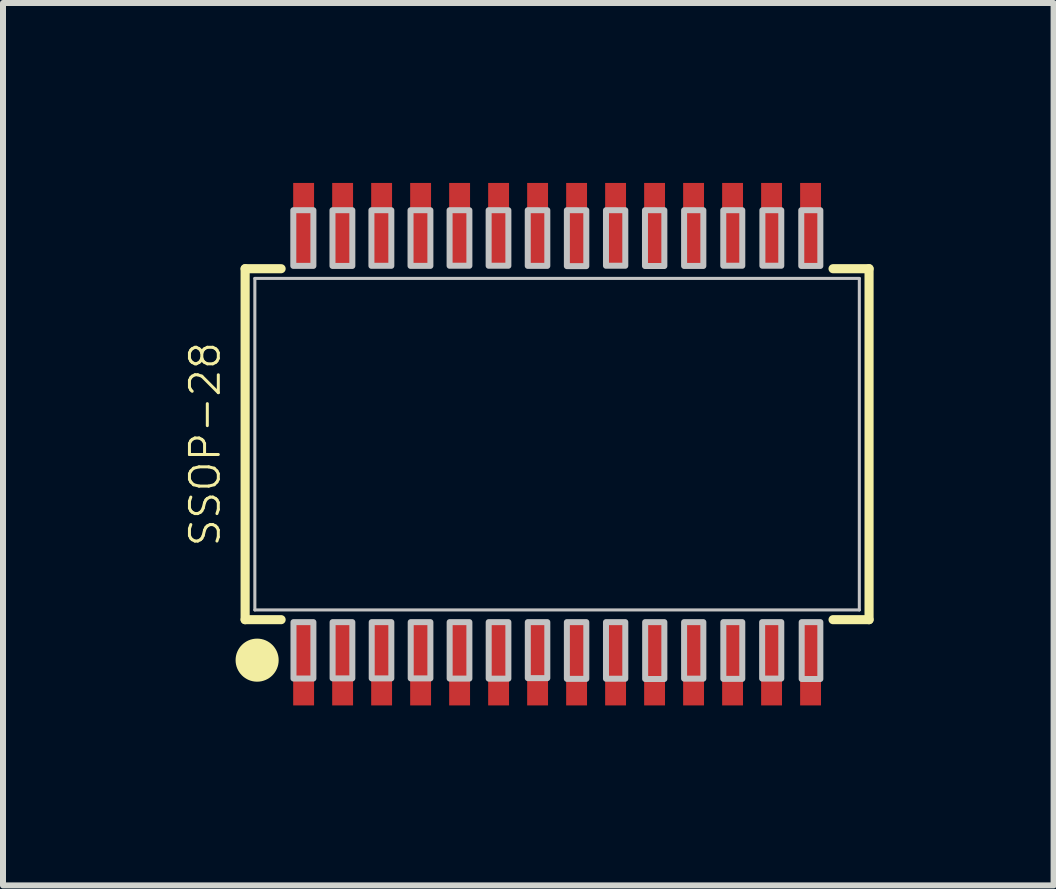
<source format=kicad_pcb>
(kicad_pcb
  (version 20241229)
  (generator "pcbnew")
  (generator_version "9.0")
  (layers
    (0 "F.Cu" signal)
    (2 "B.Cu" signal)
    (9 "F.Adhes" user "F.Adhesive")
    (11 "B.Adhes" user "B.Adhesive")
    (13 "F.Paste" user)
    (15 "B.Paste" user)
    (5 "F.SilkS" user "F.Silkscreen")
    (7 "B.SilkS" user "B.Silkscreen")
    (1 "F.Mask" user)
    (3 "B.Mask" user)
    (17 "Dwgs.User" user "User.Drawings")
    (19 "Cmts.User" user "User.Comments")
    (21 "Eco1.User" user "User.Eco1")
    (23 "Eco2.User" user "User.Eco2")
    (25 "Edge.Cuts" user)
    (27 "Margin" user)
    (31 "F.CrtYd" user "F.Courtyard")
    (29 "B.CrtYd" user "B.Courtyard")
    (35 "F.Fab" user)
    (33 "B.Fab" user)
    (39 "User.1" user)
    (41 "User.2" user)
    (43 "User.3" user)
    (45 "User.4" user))
  (footprint "SSOP-28"
    (layer "F.Cu")
    (at 6.236 4.354)
    (property "Reference" "SSOP-28" (at -5.867 0 90) (layer "F.SilkS") (effects (font (size 0.481 0.481) (thickness 0.05))))
    (attr smd)
    (fp_line (start -5.2 -2.925) (end -4.6 -2.925) (stroke (width 0.152) (type solid)) (layer "F.SilkS"))
    (fp_line (start -5.2 2.925) (end -5.2 -2.925) (stroke (width 0.152) (type solid)) (layer "F.SilkS"))
    (fp_line (start -5.2 2.925) (end -4.6 2.925) (stroke (width 0.152) (type solid)) (layer "F.SilkS"))
    (fp_line (start 5.2 -2.925) (end 4.6 -2.925) (stroke (width 0.152) (type solid)) (layer "F.SilkS"))
    (fp_line (start 5.2 -2.925) (end 5.2 2.925) (stroke (width 0.152) (type solid)) (layer "F.SilkS"))
    (fp_line (start 5.2 2.925) (end 4.6 2.925) (stroke (width 0.152) (type solid)) (layer "F.SilkS"))
    (fp_circle (center -5 3.6) (end -4.641 3.6) (stroke (width 0) (type solid)) (fill yes) (layer "F.SilkS"))
    (fp_line (start -5.038 -2.763) (end 5.038 -2.763) (stroke (width 0.051) (type solid)) (layer "Dwgs.User"))
    (fp_line (start -5.038 2.763) (end -5.038 -2.763) (stroke (width 0.051) (type solid)) (layer "Dwgs.User"))
    (fp_line (start 5.038 -2.763) (end 5.038 2.763) (stroke (width 0.051) (type solid)) (layer "Dwgs.User"))
    (fp_line (start 5.038 2.763) (end -5.038 2.763) (stroke (width 0.051) (type solid)) (layer "Dwgs.User"))
    (fp_poly (pts (xy -4.397 -3.9) (xy -4.062 -3.9) (xy -4.062 -2.972) (xy -4.397 -2.972)) (stroke (width 0.1) (type solid)) (fill no) (layer "Dwgs.User"))
    (fp_poly (pts (xy -4.394 2.966) (xy -4.062 2.966) (xy -4.062 3.906) (xy -4.394 3.906)) (stroke (width 0.1) (type solid)) (fill no) (layer "Dwgs.User"))
    (fp_poly (pts (xy -3.744 -3.9) (xy -3.413 -3.9) (xy -3.413 -2.971) (xy -3.744 -2.971)) (stroke (width 0.1) (type solid)) (fill no) (layer "Dwgs.User"))
    (fp_poly (pts (xy -3.742 2.966) (xy -3.413 2.966) (xy -3.413 3.904) (xy -3.742 3.904)) (stroke (width 0.1) (type solid)) (fill no) (layer "Dwgs.User"))
    (fp_poly (pts (xy -3.095 -3.9) (xy -2.763 -3.9) (xy -2.763 -2.973) (xy -3.095 -2.973)) (stroke (width 0.1) (type solid)) (fill no) (layer "Dwgs.User"))
    (fp_poly (pts (xy -3.09 2.966) (xy -2.763 2.966) (xy -2.763 3.904) (xy -3.09 3.904)) (stroke (width 0.1) (type solid)) (fill no) (layer "Dwgs.User"))
    (fp_poly (pts (xy -2.443 -3.9) (xy -2.112 -3.9) (xy -2.112 -2.972) (xy -2.443 -2.972)) (stroke (width 0.1) (type solid)) (fill no) (layer "Dwgs.User"))
    (fp_poly (pts (xy -2.44 2.966) (xy -2.112 2.966) (xy -2.112 3.904) (xy -2.44 3.904)) (stroke (width 0.1) (type solid)) (fill no) (layer "Dwgs.User"))
    (fp_poly (pts (xy -1.792 -3.9) (xy -1.462 -3.9) (xy -1.462 -2.974) (xy -1.792 -2.974)) (stroke (width 0.1) (type solid)) (fill no) (layer "Dwgs.User"))
    (fp_poly (pts (xy -1.791 2.966) (xy -1.462 2.966) (xy -1.462 3.907) (xy -1.791 3.907)) (stroke (width 0.1) (type solid)) (fill no) (layer "Dwgs.User"))
    (fp_poly (pts (xy -1.141 -3.9) (xy -0.812 -3.9) (xy -0.812 -2.974) (xy -1.141 -2.974)) (stroke (width 0.1) (type solid)) (fill no) (layer "Dwgs.User"))
    (fp_poly (pts (xy -1.14 2.966) (xy -0.812 2.966) (xy -0.812 3.908) (xy -1.14 3.908)) (stroke (width 0.1) (type solid)) (fill no) (layer "Dwgs.User"))
    (fp_poly (pts (xy -0.489 -3.9) (xy -0.163 -3.9) (xy -0.163 -2.972) (xy -0.489 -2.972)) (stroke (width 0.1) (type solid)) (fill no) (layer "Dwgs.User"))
    (fp_poly (pts (xy -0.488 2.966) (xy -0.163 2.966) (xy -0.163 3.9) (xy -0.488 3.9)) (stroke (width 0.1) (type solid)) (fill no) (layer "Dwgs.User"))
    (fp_poly (pts (xy 0.163 -3.9) (xy 0.487 -3.9) (xy 0.487 -2.968) (xy 0.163 -2.968)) (stroke (width 0.1) (type solid)) (fill no) (layer "Dwgs.User"))
    (fp_poly (pts (xy 0.163 2.966) (xy 0.487 2.966) (xy 0.487 3.912) (xy 0.163 3.912)) (stroke (width 0.1) (type solid)) (fill no) (layer "Dwgs.User"))
    (fp_poly (pts (xy 0.815 2.966) (xy 1.137 2.966) (xy 1.137 3.91) (xy 0.815 3.91)) (stroke (width 0.1) (type solid)) (fill no) (layer "Dwgs.User"))
    (fp_poly (pts (xy 0.815 -3.9) (xy 1.137 -3.9) (xy 1.137 -2.974) (xy 0.815 -2.974)) (stroke (width 0.1) (type solid)) (fill no) (layer "Dwgs.User"))
    (fp_poly (pts (xy 1.465 -3.9) (xy 1.788 -3.9) (xy 1.788 -2.97) (xy 1.465 -2.97)) (stroke (width 0.1) (type solid)) (fill no) (layer "Dwgs.User"))
    (fp_poly (pts (xy 1.468 2.966) (xy 1.788 2.966) (xy 1.788 3.914) (xy 1.468 3.914)) (stroke (width 0.1) (type solid)) (fill no) (layer "Dwgs.User"))
    (fp_poly (pts (xy 2.117 -3.9) (xy 2.438 -3.9) (xy 2.438 -2.971) (xy 2.117 -2.971)) (stroke (width 0.1) (type solid)) (fill no) (layer "Dwgs.User"))
    (fp_poly (pts (xy 2.117 2.966) (xy 2.438 2.966) (xy 2.438 3.908) (xy 2.117 3.908)) (stroke (width 0.1) (type solid)) (fill no) (layer "Dwgs.User"))
    (fp_poly (pts (xy 2.77 -3.9) (xy 3.087 -3.9) (xy 3.087 -2.974) (xy 2.77 -2.974)) (stroke (width 0.1) (type solid)) (fill no) (layer "Dwgs.User"))
    (fp_poly (pts (xy 2.771 2.966) (xy 3.087 2.966) (xy 3.087 3.912) (xy 2.771 3.912)) (stroke (width 0.1) (type solid)) (fill no) (layer "Dwgs.User"))
    (fp_poly (pts (xy 3.418 2.966) (xy 3.737 2.966) (xy 3.737 3.907) (xy 3.418 3.907)) (stroke (width 0.1) (type solid)) (fill no) (layer "Dwgs.User"))
    (fp_poly (pts (xy 3.422 -3.9) (xy 3.737 -3.9) (xy 3.737 -2.974) (xy 3.422 -2.974)) (stroke (width 0.1) (type solid)) (fill no) (layer "Dwgs.User"))
    (fp_poly (pts (xy 4.07 -3.9) (xy 4.388 -3.9) (xy 4.388 -2.971) (xy 4.07 -2.971)) (stroke (width 0.1) (type solid)) (fill no) (layer "Dwgs.User"))
    (fp_poly (pts (xy 4.077 2.966) (xy 4.388 2.966) (xy 4.388 3.914) (xy 4.077 3.914)) (stroke (width 0.1) (type solid)) (fill no) (layer "Dwgs.User"))
    (pad "1" smd rect (at -4.225 3.656) (size 0.348 1.397) (layers "F.Cu" "F.Mask" "F.Paste"))
    (pad "2" smd rect (at -3.575 3.656) (size 0.348 1.397) (layers "F.Cu" "F.Mask" "F.Paste"))
    (pad "3" smd rect (at -2.925 3.656) (size 0.348 1.397) (layers "F.Cu" "F.Mask" "F.Paste"))
    (pad "4" smd rect (at -2.275 3.656) (size 0.348 1.397) (layers "F.Cu" "F.Mask" "F.Paste"))
    (pad "5" smd rect (at -1.625 3.656) (size 0.348 1.397) (layers "F.Cu" "F.Mask" "F.Paste"))
    (pad "6" smd rect (at -0.975 3.656) (size 0.348 1.397) (layers "F.Cu" "F.Mask" "F.Paste"))
    (pad "7" smd rect (at -0.325 3.656) (size 0.348 1.397) (layers "F.Cu" "F.Mask" "F.Paste"))
    (pad "8" smd rect (at 0.325 3.656) (size 0.348 1.397) (layers "F.Cu" "F.Mask" "F.Paste"))
    (pad "9" smd rect (at 0.975 3.656) (size 0.348 1.397) (layers "F.Cu" "F.Mask" "F.Paste"))
    (pad "10" smd rect (at 1.625 3.656) (size 0.348 1.397) (layers "F.Cu" "F.Mask" "F.Paste"))
    (pad "11" smd rect (at 2.275 3.656) (size 0.348 1.397) (layers "F.Cu" "F.Mask" "F.Paste"))
    (pad "12" smd rect (at 2.925 3.656) (size 0.348 1.397) (layers "F.Cu" "F.Mask" "F.Paste"))
    (pad "13" smd rect (at 3.575 3.656) (size 0.348 1.397) (layers "F.Cu" "F.Mask" "F.Paste"))
    (pad "14" smd rect (at 4.225 3.656) (size 0.348 1.397) (layers "F.Cu" "F.Mask" "F.Paste"))
    (pad "15" smd rect (at 4.225 -3.656) (size 0.348 1.397) (layers "F.Cu" "F.Mask" "F.Paste"))
    (pad "16" smd rect (at 3.575 -3.656) (size 0.348 1.397) (layers "F.Cu" "F.Mask" "F.Paste"))
    (pad "17" smd rect (at 2.925 -3.656) (size 0.348 1.397) (layers "F.Cu" "F.Mask" "F.Paste"))
    (pad "18" smd rect (at 2.275 -3.656) (size 0.348 1.397) (layers "F.Cu" "F.Mask" "F.Paste"))
    (pad "19" smd rect (at 1.625 -3.656) (size 0.348 1.397) (layers "F.Cu" "F.Mask" "F.Paste"))
    (pad "20" smd rect (at 0.975 -3.656) (size 0.348 1.397) (layers "F.Cu" "F.Mask" "F.Paste"))
    (pad "21" smd rect (at 0.325 -3.656) (size 0.348 1.397) (layers "F.Cu" "F.Mask" "F.Paste"))
    (pad "22" smd rect (at -0.325 -3.656) (size 0.348 1.397) (layers "F.Cu" "F.Mask" "F.Paste"))
    (pad "23" smd rect (at -0.975 -3.656) (size 0.348 1.397) (layers "F.Cu" "F.Mask" "F.Paste"))
    (pad "24" smd rect (at -1.625 -3.656) (size 0.348 1.397) (layers "F.Cu" "F.Mask" "F.Paste"))
    (pad "25" smd rect (at -2.275 -3.656) (size 0.348 1.397) (layers "F.Cu" "F.Mask" "F.Paste"))
    (pad "26" smd rect (at -2.925 -3.656) (size 0.348 1.397) (layers "F.Cu" "F.Mask" "F.Paste"))
    (pad "27" smd rect (at -3.575 -3.656) (size 0.348 1.397) (layers "F.Cu" "F.Mask" "F.Paste"))
    (pad "28" smd rect (at -4.225 -3.656) (size 0.348 1.397) (layers "F.Cu" "F.Mask" "F.Paste")))
  (gr_rect
    (start -3 -3)
    (end 14.512 11.709)
    (stroke (width 0.1) (type default))
    (fill no)
    (layer "Edge.Cuts")))
</source>
